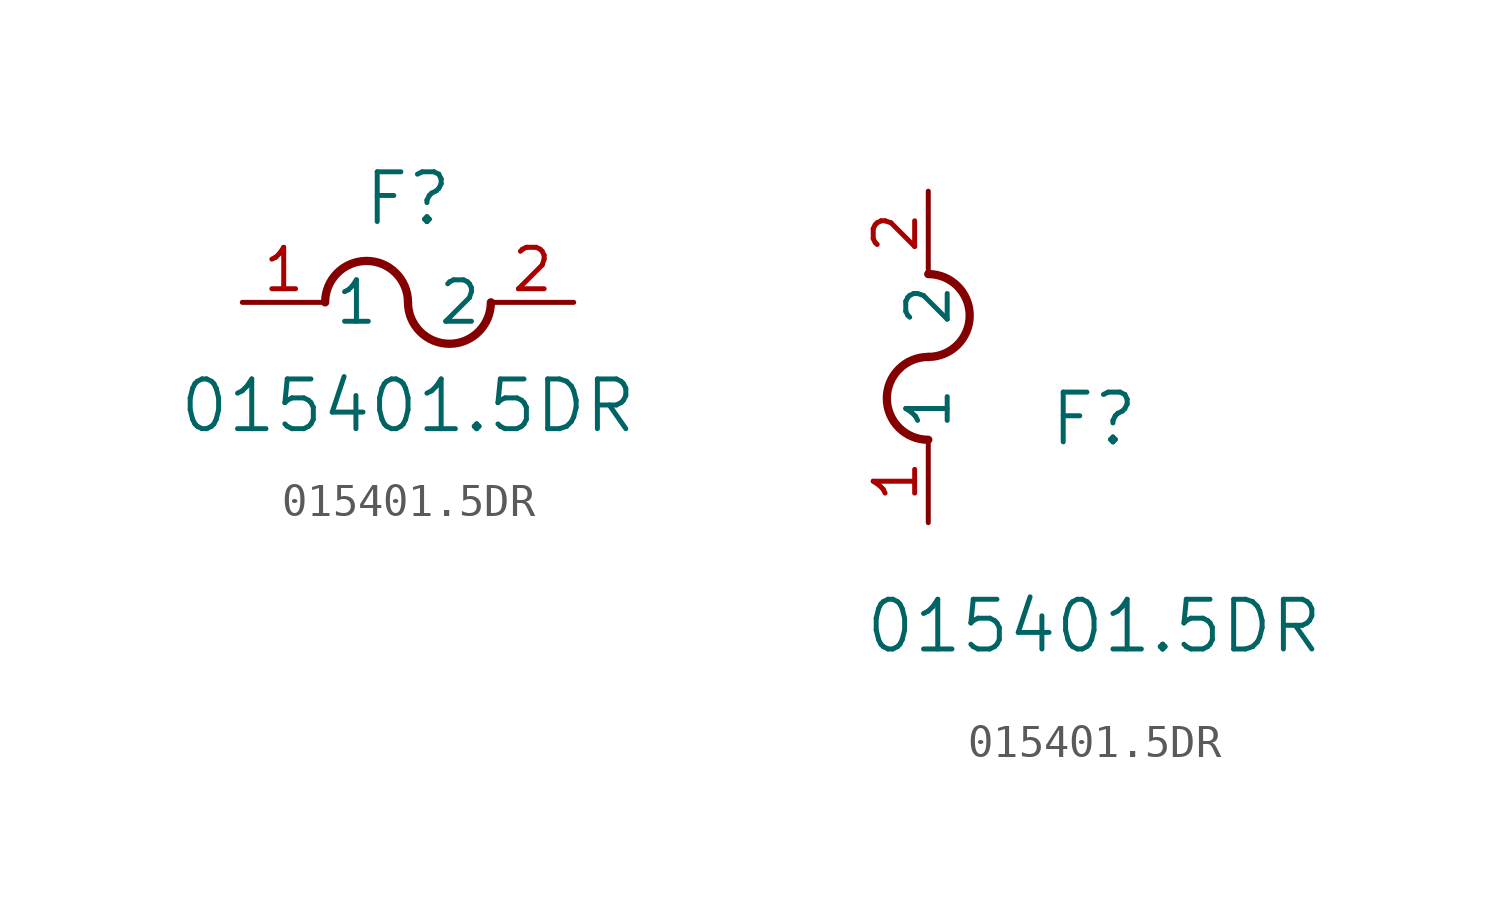
<source format=kicad_sym>
(kicad_symbol_lib
  (version 20211014)
  (generator kicad_symbol_editor)
  (symbol "015401.5DR"
    (pin_names
      (offset 0.254))
    (property "Reference" "F"
      (at 5.08 3.175 0)
      (effects (font (size 1.524 1.524))))
    (property "Value" "015401.5DR"
      (at 5.08 -3.175 0)
      (effects (font (size 1.524 1.524))))
    (symbol "015401.5DR_1_1"
      (arc (start 5.08 0) (mid 3.81 1.27) (end 2.54 0) (stroke (width 0.254) (type default) (color 0 0 0 0)) (fill (type none)))
      (arc (start 5.08 0) (mid 6.35 -1.27) (end 7.62 0) (stroke (width 0.254) (type default) (color 0 0 0 0)) (fill (type none)))
      (pin unspecified line (at 0 0 0) (length 2.54) (name "1" (effects (font (size 1.27 1.27)))) (number "1" (effects (font (size 1.27 1.27)))))
      (pin unspecified line (at 10.16 0 180) (length 2.54) (name "2" (effects (font (size 1.27 1.27)))) (number "2" (effects (font (size 1.27 1.27))))))
    (symbol "015401.5DR_1_2"
      (arc (start 0 5.08) (mid -1.27 3.81) (end 0 2.54) (stroke (width 0.254) (type default) (color 0 0 0 0)) (fill (type none)))
      (arc (start 0 5.08) (mid 1.27 6.35) (end 0 7.62) (stroke (width 0.254) (type default) (color 0 0 0 0)) (fill (type none)))
      (pin unspecified line (at 0 0 90) (length 2.54) (name "1" (effects (font (size 1.27 1.27)))) (number "1" (effects (font (size 1.27 1.27)))))
      (pin unspecified line (at 0 10.16 270) (length 2.54) (name "2" (effects (font (size 1.27 1.27)))) (number "2" (effects (font (size 1.27 1.27))))))))
</source>
